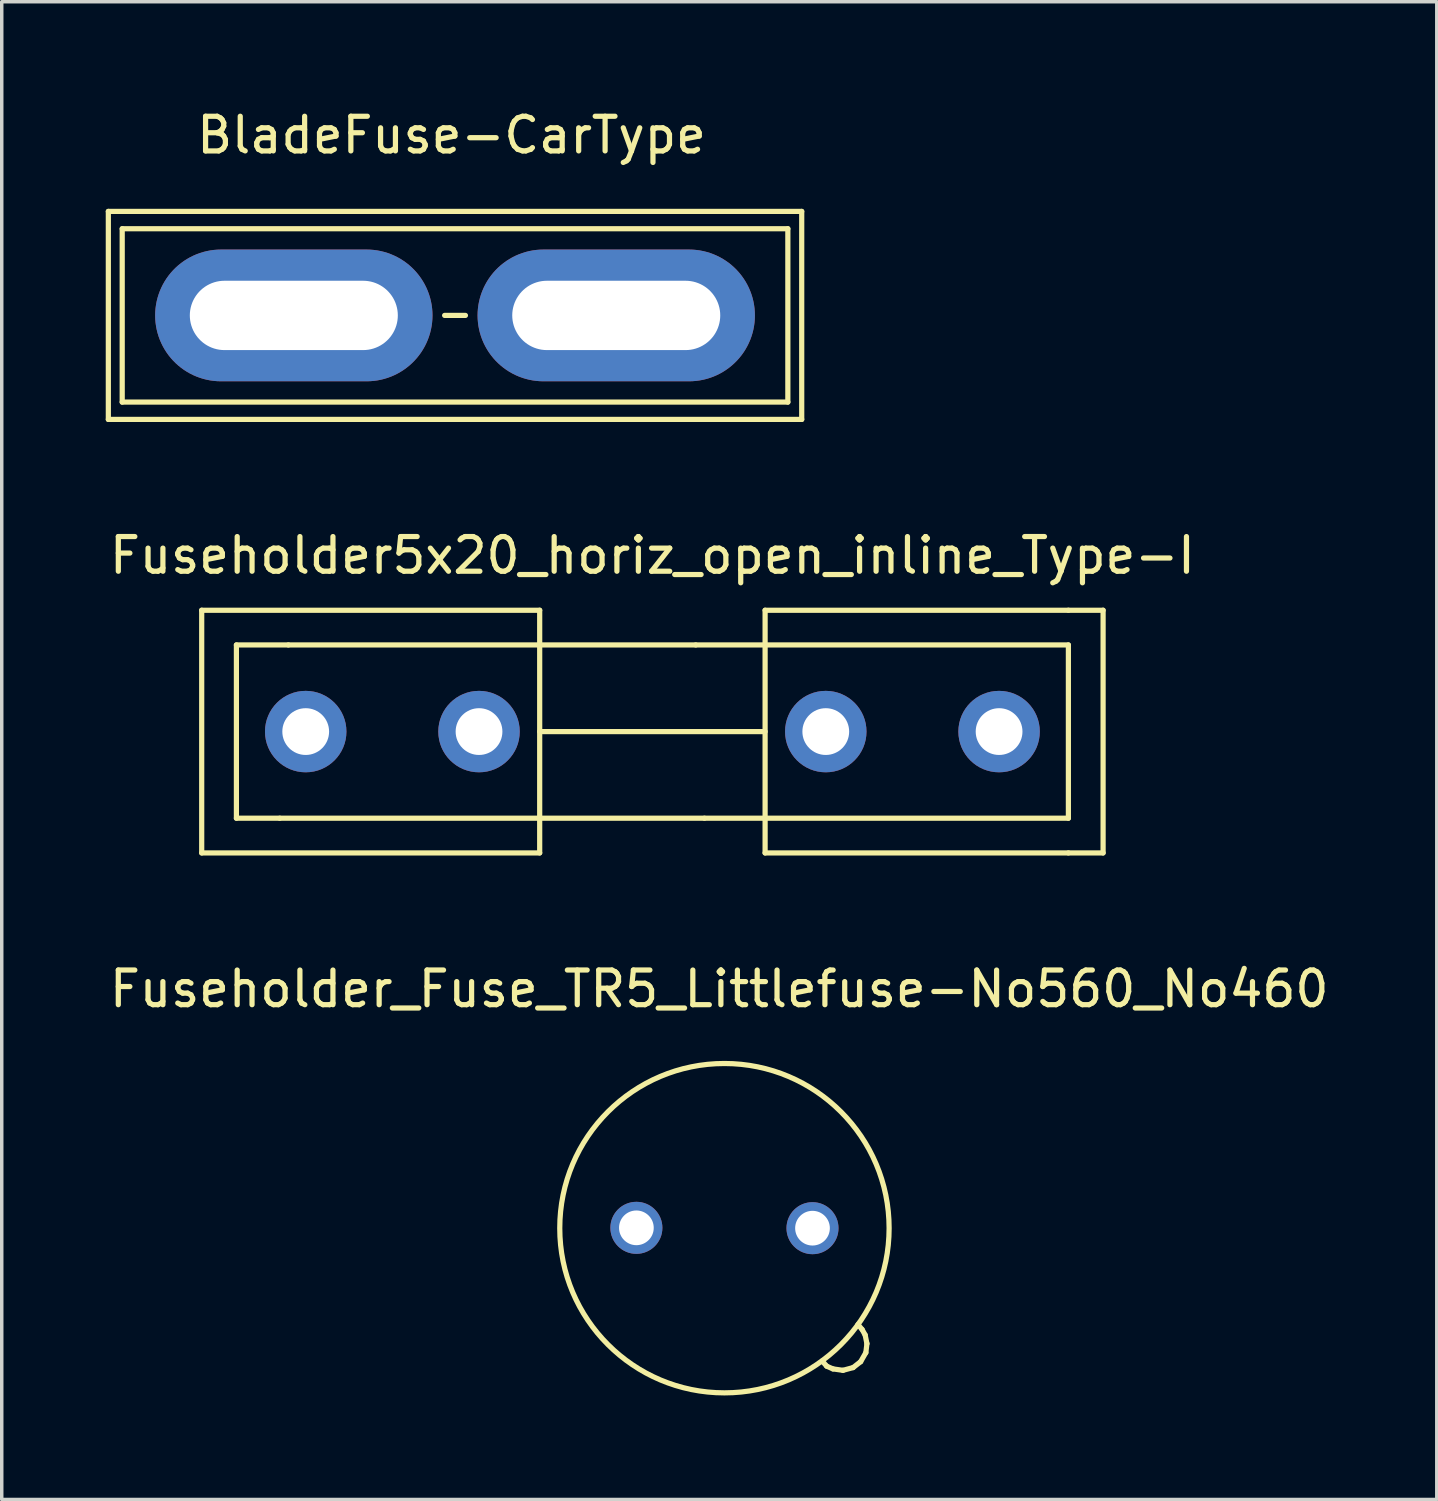
<source format=kicad_pcb>
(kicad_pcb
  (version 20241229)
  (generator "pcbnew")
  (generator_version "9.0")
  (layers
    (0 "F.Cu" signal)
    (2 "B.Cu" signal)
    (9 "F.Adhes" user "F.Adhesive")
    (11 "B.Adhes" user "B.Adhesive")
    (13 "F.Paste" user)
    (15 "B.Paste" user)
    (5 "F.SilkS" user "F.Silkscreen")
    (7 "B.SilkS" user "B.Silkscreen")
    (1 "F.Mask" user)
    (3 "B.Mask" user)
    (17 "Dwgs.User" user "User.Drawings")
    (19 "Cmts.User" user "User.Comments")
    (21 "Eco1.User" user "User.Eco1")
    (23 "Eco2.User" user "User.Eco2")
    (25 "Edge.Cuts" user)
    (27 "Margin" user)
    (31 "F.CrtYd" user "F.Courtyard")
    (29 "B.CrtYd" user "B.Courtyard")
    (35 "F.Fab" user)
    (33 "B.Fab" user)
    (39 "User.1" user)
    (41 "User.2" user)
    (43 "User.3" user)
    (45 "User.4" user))
  (footprint "BladeFuse-CarType"
    (layer "F.Cu")
    (at 10.075 6.048)
    (property "Reference" "BladeFuse-CarType" (at -0.1 -5.2 0) (layer "F.SilkS") (effects (font (size 1 1) (thickness 0.15))))
    (attr through_hole)
    (fp_line (start -10 -3) (end 10 -3) (stroke (width 0.15) (type solid)) (layer "F.SilkS"))
    (fp_line (start -10 3) (end -10 -3) (stroke (width 0.15) (type solid)) (layer "F.SilkS"))
    (fp_line (start -9.6 -2.5) (end 9.6 -2.5) (stroke (width 0.15) (type solid)) (layer "F.SilkS"))
    (fp_line (start -9.6 2.5) (end -9.6 -2.5) (stroke (width 0.15) (type solid)) (layer "F.SilkS"))
    (fp_line (start 0.3 0) (end -0.3 0) (stroke (width 0.15) (type solid)) (layer "F.SilkS"))
    (fp_line (start 9.6 -2.5) (end 9.6 2.5) (stroke (width 0.15) (type solid)) (layer "F.SilkS"))
    (fp_line (start 9.6 2.5) (end -9.6 2.5) (stroke (width 0.15) (type solid)) (layer "F.SilkS"))
    (fp_line (start 10 -3) (end 10 3) (stroke (width 0.15) (type solid)) (layer "F.SilkS"))
    (fp_line (start 10 3) (end -10 3) (stroke (width 0.15) (type solid)) (layer "F.SilkS"))
    (pad "1" thru_hole oval (at -4.65 0) (size 8 3.8) (drill oval 6 2) (layers "*.Cu" "*.Mask"))
    (pad "2" thru_hole oval (at 4.65 0) (size 8 3.8) (drill oval 6 2) (layers "*.Cu" "*.Mask")))
  (footprint "Fuseholder_Fuse_TR5_Littlefuse-No560_No460"
    (layer "F.Cu")
    (at 17.846 32.366)
    (property "Reference" "Fuseholder_Fuse_TR5_Littlefuse-No560_No460" (at -0.15 -6.891 0) (layer "F.SilkS") (effects (font (size 1 1) (thickness 0.15))))
    (attr through_hole)
    (fp_line (start 2.949 3.99) (end 2.819 3.84) (stroke (width 0.15) (type solid)) (layer "F.SilkS"))
    (fp_line (start 3.129 4.069) (end 2.949 3.99) (stroke (width 0.15) (type solid)) (layer "F.SilkS"))
    (fp_line (start 3.419 4.11) (end 3.129 4.069) (stroke (width 0.15) (type solid)) (layer "F.SilkS"))
    (fp_line (start 3.711 4.031) (end 3.419 4.11) (stroke (width 0.15) (type solid)) (layer "F.SilkS"))
    (fp_line (start 3.851 2.789) (end 3.97 2.931) (stroke (width 0.15) (type solid)) (layer "F.SilkS"))
    (fp_line (start 3.929 3.861) (end 3.711 4.031) (stroke (width 0.15) (type solid)) (layer "F.SilkS"))
    (fp_line (start 3.97 2.931) (end 4.059 3.091) (stroke (width 0.15) (type solid)) (layer "F.SilkS"))
    (fp_line (start 4.059 3.091) (end 4.11 3.34) (stroke (width 0.15) (type solid)) (layer "F.SilkS"))
    (fp_line (start 4.079 3.599) (end 3.929 3.861) (stroke (width 0.15) (type solid)) (layer "F.SilkS"))
    (fp_line (start 4.11 3.34) (end 4.079 3.599) (stroke (width 0.15) (type solid)) (layer "F.SilkS"))
    (fp_circle (center 0 0.01) (end 4.75 0.01) (stroke (width 0.15) (type solid)) (fill no) (layer "F.SilkS"))
    (pad "1" thru_hole circle (at -2.54 0) (size 1.501 1.501) (drill 1.001) (layers "*.Cu" "*.Mask"))
    (pad "2" thru_hole circle (at 2.54 0.01) (size 1.501 1.501) (drill 1.001) (layers "*.Cu" "*.Mask")))
  (footprint "Fuseholder5x20_horiz_open_inline_Type-I"
    (layer "F.Cu")
    (at 15.768 18.052)
    (property "Reference" "Fuseholder5x20_horiz_open_inline_Type-I" (at 0 -5.08 0) (layer "F.SilkS") (effects (font (size 1 1) (thickness 0.15))))
    (attr through_hole)
    (fp_line (start -13 -3.5) (end -13 3.5) (stroke (width 0.15) (type solid)) (layer "F.SilkS"))
    (fp_line (start -11.999 -2.499) (end -11.999 2.499) (stroke (width 0.15) (type solid)) (layer "F.SilkS"))
    (fp_line (start -10.749 2.499) (end -11.999 2.499) (stroke (width 0.15) (type solid)) (layer "F.SilkS"))
    (fp_line (start -10.5 -2.499) (end -11.999 -2.499) (stroke (width 0.15) (type solid)) (layer "F.SilkS"))
    (fp_line (start -3.251 -3.5) (end -13 -3.5) (stroke (width 0.15) (type solid)) (layer "F.SilkS"))
    (fp_line (start -3.251 -3.5) (end -3.251 3.5) (stroke (width 0.15) (type solid)) (layer "F.SilkS"))
    (fp_line (start -3.251 3.5) (end -13 3.5) (stroke (width 0.15) (type solid)) (layer "F.SilkS"))
    (fp_line (start 1.25 -2.499) (end -10.5 -2.499) (stroke (width 0.15) (type solid)) (layer "F.SilkS"))
    (fp_line (start 1.501 2.499) (end -10.749 2.499) (stroke (width 0.15) (type solid)) (layer "F.SilkS"))
    (fp_line (start 3.251 -3.5) (end 3.251 3.5) (stroke (width 0.15) (type solid)) (layer "F.SilkS"))
    (fp_line (start 3.251 0) (end -3.251 0) (stroke (width 0.15) (type solid)) (layer "F.SilkS"))
    (fp_line (start 11.999 -3.5) (end 3.251 -3.5) (stroke (width 0.15) (type solid)) (layer "F.SilkS"))
    (fp_line (start 11.999 -2.499) (end 1.25 -2.499) (stroke (width 0.15) (type solid)) (layer "F.SilkS"))
    (fp_line (start 11.999 -2.499) (end 11.999 2.499) (stroke (width 0.15) (type solid)) (layer "F.SilkS"))
    (fp_line (start 11.999 2.499) (end 1.501 2.499) (stroke (width 0.15) (type solid)) (layer "F.SilkS"))
    (fp_line (start 11.999 3.5) (end 3.251 3.5) (stroke (width 0.15) (type solid)) (layer "F.SilkS"))
    (fp_line (start 13 -3.5) (end 11.999 -3.5) (stroke (width 0.15) (type solid)) (layer "F.SilkS"))
    (fp_line (start 13 -3.5) (end 13 3.5) (stroke (width 0.15) (type solid)) (layer "F.SilkS"))
    (fp_line (start 13 3.5) (end 11.999 3.5) (stroke (width 0.15) (type solid)) (layer "F.SilkS"))
    (pad "1" thru_hole circle (at -10 0) (size 2.349 2.349) (drill 1.349) (layers "*.Cu" "*.Mask"))
    (pad "1" thru_hole circle (at -5.001 0) (size 2.349 2.349) (drill 1.349) (layers "*.Cu" "*.Mask"))
    (pad "2" thru_hole circle (at 5.001 0) (size 2.349 2.349) (drill 1.349) (layers "*.Cu" "*.Mask"))
    (pad "2" thru_hole circle (at 10 0) (size 2.349 2.349) (drill 1.349) (layers "*.Cu" "*.Mask")))
  (gr_rect
    (start -3 -3)
    (end 38.393 40.201)
    (stroke (width 0.1) (type default))
    (fill no)
    (layer "Edge.Cuts")))
</source>
